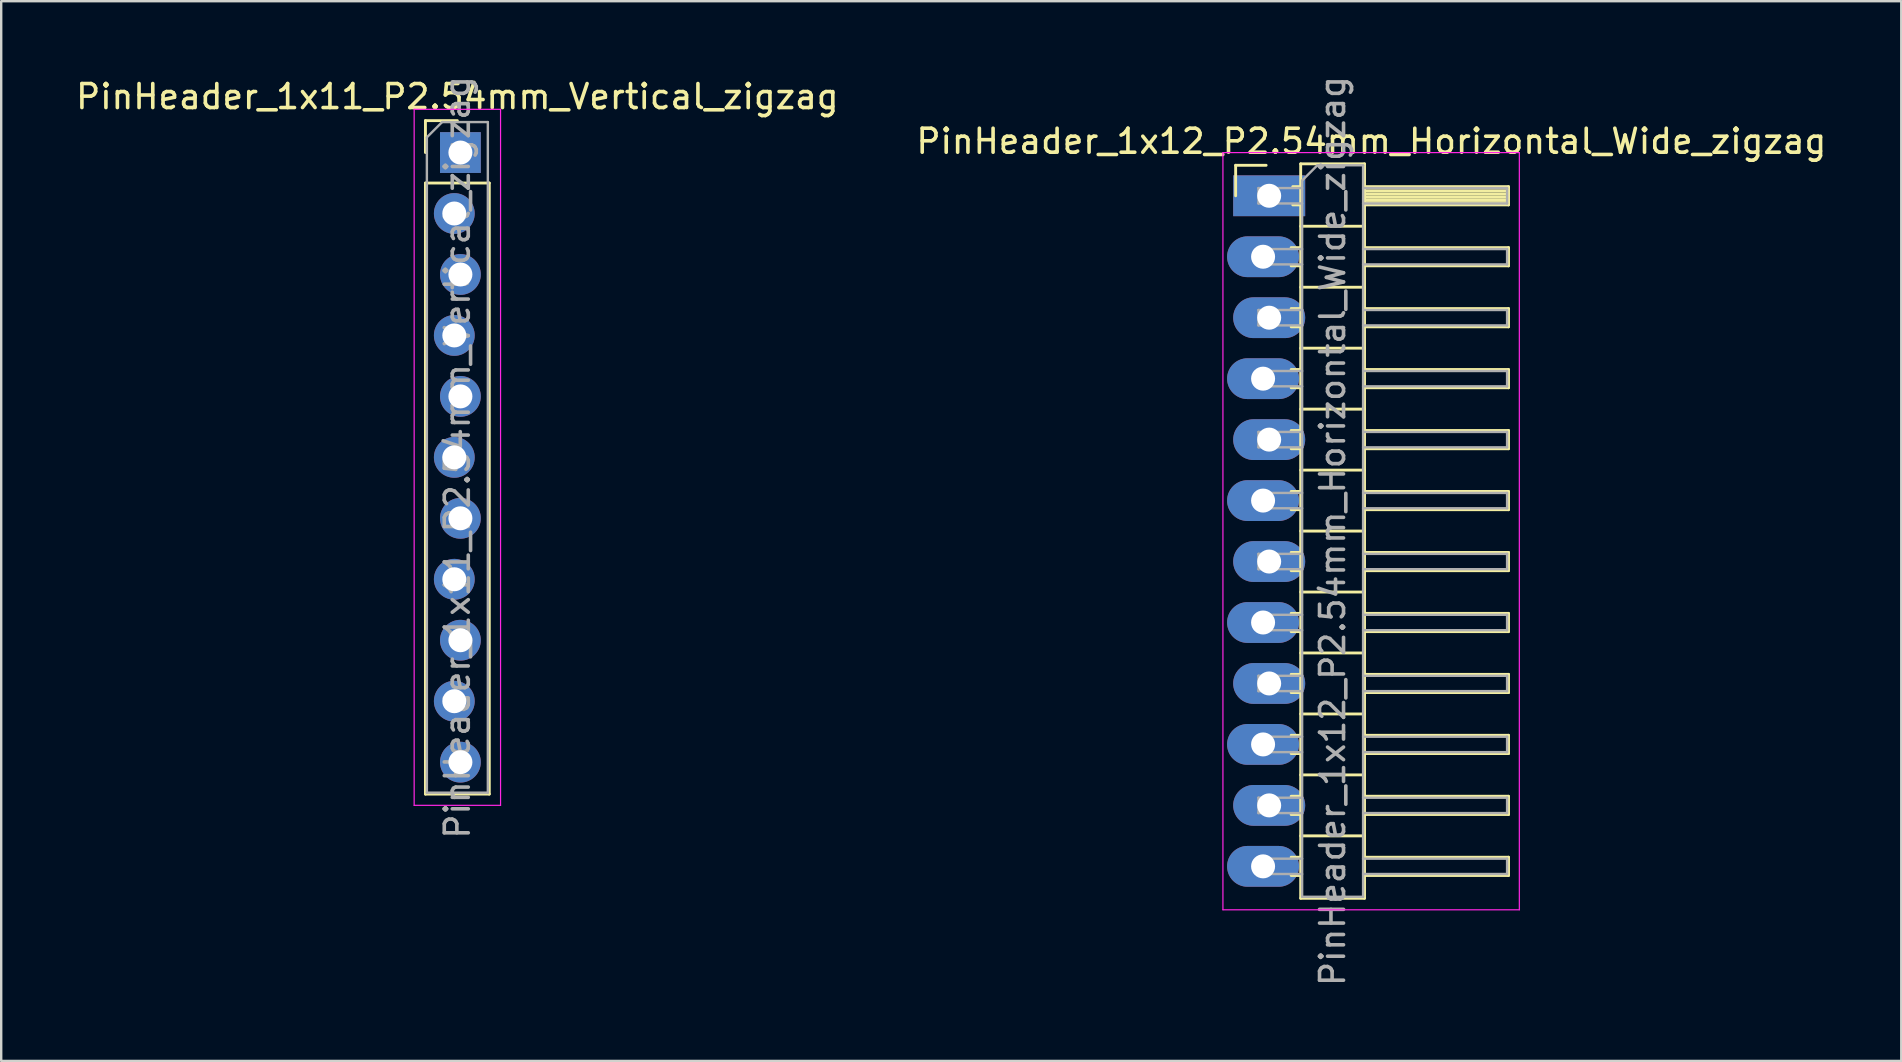
<source format=kicad_pcb>
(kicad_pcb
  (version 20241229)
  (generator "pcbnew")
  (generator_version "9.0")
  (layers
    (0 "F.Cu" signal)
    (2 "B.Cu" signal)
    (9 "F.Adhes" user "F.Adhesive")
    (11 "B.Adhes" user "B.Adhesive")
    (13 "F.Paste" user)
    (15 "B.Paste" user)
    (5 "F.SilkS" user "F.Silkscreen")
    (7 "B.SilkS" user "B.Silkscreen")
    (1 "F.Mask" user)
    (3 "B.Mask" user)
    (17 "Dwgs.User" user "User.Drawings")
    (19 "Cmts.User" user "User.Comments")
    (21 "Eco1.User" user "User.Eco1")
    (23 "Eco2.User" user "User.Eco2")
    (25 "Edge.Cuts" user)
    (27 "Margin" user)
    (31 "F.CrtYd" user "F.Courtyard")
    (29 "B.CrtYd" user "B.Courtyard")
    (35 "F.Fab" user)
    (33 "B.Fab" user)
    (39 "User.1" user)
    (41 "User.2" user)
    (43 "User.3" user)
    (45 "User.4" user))
  (footprint "PinHeader_1x12_P2.54mm_Horizontal_Wide_zigzag"
    (layer "F.Cu")
    (at 49.704 5.107)
    (property "Reference" "PinHeader_1x12_P2.54mm_Horizontal_Wide_zigzag" (at 4.385 -2.27 0) (layer "F.SilkS") (effects (font (size 1 1) (thickness 0.15))))
    (attr through_hole)
    (fp_line (start -1.27 -1.27) (end 0 -1.27) (stroke (width 0.12) (type solid)) (layer "F.SilkS"))
    (fp_line (start -1.27 0) (end -1.27 -1.27) (stroke (width 0.12) (type solid)) (layer "F.SilkS"))
    (fp_line (start 1.043 2.16) (end 1.44 2.16) (stroke (width 0.12) (type solid)) (layer "F.SilkS"))
    (fp_line (start 1.043 2.92) (end 1.44 2.92) (stroke (width 0.12) (type solid)) (layer "F.SilkS"))
    (fp_line (start 1.043 4.7) (end 1.44 4.7) (stroke (width 0.12) (type solid)) (layer "F.SilkS"))
    (fp_line (start 1.043 5.46) (end 1.44 5.46) (stroke (width 0.12) (type solid)) (layer "F.SilkS"))
    (fp_line (start 1.043 7.24) (end 1.44 7.24) (stroke (width 0.12) (type solid)) (layer "F.SilkS"))
    (fp_line (start 1.043 8) (end 1.44 8) (stroke (width 0.12) (type solid)) (layer "F.SilkS"))
    (fp_line (start 1.043 9.78) (end 1.44 9.78) (stroke (width 0.12) (type solid)) (layer "F.SilkS"))
    (fp_line (start 1.043 10.54) (end 1.44 10.54) (stroke (width 0.12) (type solid)) (layer "F.SilkS"))
    (fp_line (start 1.043 12.32) (end 1.44 12.32) (stroke (width 0.12) (type solid)) (layer "F.SilkS"))
    (fp_line (start 1.043 13.08) (end 1.44 13.08) (stroke (width 0.12) (type solid)) (layer "F.SilkS"))
    (fp_line (start 1.043 14.86) (end 1.44 14.86) (stroke (width 0.12) (type solid)) (layer "F.SilkS"))
    (fp_line (start 1.043 15.62) (end 1.44 15.62) (stroke (width 0.12) (type solid)) (layer "F.SilkS"))
    (fp_line (start 1.043 17.4) (end 1.44 17.4) (stroke (width 0.12) (type solid)) (layer "F.SilkS"))
    (fp_line (start 1.043 18.16) (end 1.44 18.16) (stroke (width 0.12) (type solid)) (layer "F.SilkS"))
    (fp_line (start 1.043 19.94) (end 1.44 19.94) (stroke (width 0.12) (type solid)) (layer "F.SilkS"))
    (fp_line (start 1.043 20.7) (end 1.44 20.7) (stroke (width 0.12) (type solid)) (layer "F.SilkS"))
    (fp_line (start 1.043 22.48) (end 1.44 22.48) (stroke (width 0.12) (type solid)) (layer "F.SilkS"))
    (fp_line (start 1.043 23.24) (end 1.44 23.24) (stroke (width 0.12) (type solid)) (layer "F.SilkS"))
    (fp_line (start 1.043 25.02) (end 1.44 25.02) (stroke (width 0.12) (type solid)) (layer "F.SilkS"))
    (fp_line (start 1.043 25.78) (end 1.44 25.78) (stroke (width 0.12) (type solid)) (layer "F.SilkS"))
    (fp_line (start 1.043 27.56) (end 1.44 27.56) (stroke (width 0.12) (type solid)) (layer "F.SilkS"))
    (fp_line (start 1.043 28.32) (end 1.44 28.32) (stroke (width 0.12) (type solid)) (layer "F.SilkS"))
    (fp_line (start 1.11 -0.38) (end 1.44 -0.38) (stroke (width 0.12) (type solid)) (layer "F.SilkS"))
    (fp_line (start 1.11 0.38) (end 1.44 0.38) (stroke (width 0.12) (type solid)) (layer "F.SilkS"))
    (fp_line (start 1.44 -1.33) (end 1.44 29.27) (stroke (width 0.12) (type solid)) (layer "F.SilkS"))
    (fp_line (start 1.44 1.27) (end 4.1 1.27) (stroke (width 0.12) (type solid)) (layer "F.SilkS"))
    (fp_line (start 1.44 3.81) (end 4.1 3.81) (stroke (width 0.12) (type solid)) (layer "F.SilkS"))
    (fp_line (start 1.44 6.35) (end 4.1 6.35) (stroke (width 0.12) (type solid)) (layer "F.SilkS"))
    (fp_line (start 1.44 8.89) (end 4.1 8.89) (stroke (width 0.12) (type solid)) (layer "F.SilkS"))
    (fp_line (start 1.44 11.43) (end 4.1 11.43) (stroke (width 0.12) (type solid)) (layer "F.SilkS"))
    (fp_line (start 1.44 13.97) (end 4.1 13.97) (stroke (width 0.12) (type solid)) (layer "F.SilkS"))
    (fp_line (start 1.44 16.51) (end 4.1 16.51) (stroke (width 0.12) (type solid)) (layer "F.SilkS"))
    (fp_line (start 1.44 19.05) (end 4.1 19.05) (stroke (width 0.12) (type solid)) (layer "F.SilkS"))
    (fp_line (start 1.44 21.59) (end 4.1 21.59) (stroke (width 0.12) (type solid)) (layer "F.SilkS"))
    (fp_line (start 1.44 24.13) (end 4.1 24.13) (stroke (width 0.12) (type solid)) (layer "F.SilkS"))
    (fp_line (start 1.44 26.67) (end 4.1 26.67) (stroke (width 0.12) (type solid)) (layer "F.SilkS"))
    (fp_line (start 1.44 29.27) (end 4.1 29.27) (stroke (width 0.12) (type solid)) (layer "F.SilkS"))
    (fp_line (start 4.1 -1.33) (end 1.44 -1.33) (stroke (width 0.12) (type solid)) (layer "F.SilkS"))
    (fp_line (start 4.1 -0.38) (end 10.1 -0.38) (stroke (width 0.12) (type solid)) (layer "F.SilkS"))
    (fp_line (start 4.1 -0.32) (end 10.1 -0.32) (stroke (width 0.12) (type solid)) (layer "F.SilkS"))
    (fp_line (start 4.1 -0.2) (end 10.1 -0.2) (stroke (width 0.12) (type solid)) (layer "F.SilkS"))
    (fp_line (start 4.1 -0.08) (end 10.1 -0.08) (stroke (width 0.12) (type solid)) (layer "F.SilkS"))
    (fp_line (start 4.1 0.04) (end 10.1 0.04) (stroke (width 0.12) (type solid)) (layer "F.SilkS"))
    (fp_line (start 4.1 0.16) (end 10.1 0.16) (stroke (width 0.12) (type solid)) (layer "F.SilkS"))
    (fp_line (start 4.1 0.28) (end 10.1 0.28) (stroke (width 0.12) (type solid)) (layer "F.SilkS"))
    (fp_line (start 4.1 2.16) (end 10.1 2.16) (stroke (width 0.12) (type solid)) (layer "F.SilkS"))
    (fp_line (start 4.1 4.7) (end 10.1 4.7) (stroke (width 0.12) (type solid)) (layer "F.SilkS"))
    (fp_line (start 4.1 7.24) (end 10.1 7.24) (stroke (width 0.12) (type solid)) (layer "F.SilkS"))
    (fp_line (start 4.1 9.78) (end 10.1 9.78) (stroke (width 0.12) (type solid)) (layer "F.SilkS"))
    (fp_line (start 4.1 12.32) (end 10.1 12.32) (stroke (width 0.12) (type solid)) (layer "F.SilkS"))
    (fp_line (start 4.1 14.86) (end 10.1 14.86) (stroke (width 0.12) (type solid)) (layer "F.SilkS"))
    (fp_line (start 4.1 17.4) (end 10.1 17.4) (stroke (width 0.12) (type solid)) (layer "F.SilkS"))
    (fp_line (start 4.1 19.94) (end 10.1 19.94) (stroke (width 0.12) (type solid)) (layer "F.SilkS"))
    (fp_line (start 4.1 22.48) (end 10.1 22.48) (stroke (width 0.12) (type solid)) (layer "F.SilkS"))
    (fp_line (start 4.1 25.02) (end 10.1 25.02) (stroke (width 0.12) (type solid)) (layer "F.SilkS"))
    (fp_line (start 4.1 27.56) (end 10.1 27.56) (stroke (width 0.12) (type solid)) (layer "F.SilkS"))
    (fp_line (start 4.1 29.27) (end 4.1 -1.33) (stroke (width 0.12) (type solid)) (layer "F.SilkS"))
    (fp_line (start 10.1 -0.38) (end 10.1 0.38) (stroke (width 0.12) (type solid)) (layer "F.SilkS"))
    (fp_line (start 10.1 0.38) (end 4.1 0.38) (stroke (width 0.12) (type solid)) (layer "F.SilkS"))
    (fp_line (start 10.1 2.16) (end 10.1 2.92) (stroke (width 0.12) (type solid)) (layer "F.SilkS"))
    (fp_line (start 10.1 2.92) (end 4.1 2.92) (stroke (width 0.12) (type solid)) (layer "F.SilkS"))
    (fp_line (start 10.1 4.7) (end 10.1 5.46) (stroke (width 0.12) (type solid)) (layer "F.SilkS"))
    (fp_line (start 10.1 5.46) (end 4.1 5.46) (stroke (width 0.12) (type solid)) (layer "F.SilkS"))
    (fp_line (start 10.1 7.24) (end 10.1 8) (stroke (width 0.12) (type solid)) (layer "F.SilkS"))
    (fp_line (start 10.1 8) (end 4.1 8) (stroke (width 0.12) (type solid)) (layer "F.SilkS"))
    (fp_line (start 10.1 9.78) (end 10.1 10.54) (stroke (width 0.12) (type solid)) (layer "F.SilkS"))
    (fp_line (start 10.1 10.54) (end 4.1 10.54) (stroke (width 0.12) (type solid)) (layer "F.SilkS"))
    (fp_line (start 10.1 12.32) (end 10.1 13.08) (stroke (width 0.12) (type solid)) (layer "F.SilkS"))
    (fp_line (start 10.1 13.08) (end 4.1 13.08) (stroke (width 0.12) (type solid)) (layer "F.SilkS"))
    (fp_line (start 10.1 14.86) (end 10.1 15.62) (stroke (width 0.12) (type solid)) (layer "F.SilkS"))
    (fp_line (start 10.1 15.62) (end 4.1 15.62) (stroke (width 0.12) (type solid)) (layer "F.SilkS"))
    (fp_line (start 10.1 17.4) (end 10.1 18.16) (stroke (width 0.12) (type solid)) (layer "F.SilkS"))
    (fp_line (start 10.1 18.16) (end 4.1 18.16) (stroke (width 0.12) (type solid)) (layer "F.SilkS"))
    (fp_line (start 10.1 19.94) (end 10.1 20.7) (stroke (width 0.12) (type solid)) (layer "F.SilkS"))
    (fp_line (start 10.1 20.7) (end 4.1 20.7) (stroke (width 0.12) (type solid)) (layer "F.SilkS"))
    (fp_line (start 10.1 22.48) (end 10.1 23.24) (stroke (width 0.12) (type solid)) (layer "F.SilkS"))
    (fp_line (start 10.1 23.24) (end 4.1 23.24) (stroke (width 0.12) (type solid)) (layer "F.SilkS"))
    (fp_line (start 10.1 25.02) (end 10.1 25.78) (stroke (width 0.12) (type solid)) (layer "F.SilkS"))
    (fp_line (start 10.1 25.78) (end 4.1 25.78) (stroke (width 0.12) (type solid)) (layer "F.SilkS"))
    (fp_line (start 10.1 27.56) (end 10.1 28.32) (stroke (width 0.12) (type solid)) (layer "F.SilkS"))
    (fp_line (start 10.1 28.32) (end 4.1 28.32) (stroke (width 0.12) (type solid)) (layer "F.SilkS"))
    (fp_line (start -1.8 -1.8) (end -1.8 29.75) (stroke (width 0.05) (type solid)) (layer "F.CrtYd"))
    (fp_line (start -1.8 29.75) (end 10.55 29.75) (stroke (width 0.05) (type solid)) (layer "F.CrtYd"))
    (fp_line (start 10.55 -1.8) (end -1.8 -1.8) (stroke (width 0.05) (type solid)) (layer "F.CrtYd"))
    (fp_line (start 10.55 29.75) (end 10.55 -1.8) (stroke (width 0.05) (type solid)) (layer "F.CrtYd"))
    (fp_line (start -0.32 -0.32) (end -0.32 0.32) (stroke (width 0.1) (type solid)) (layer "F.Fab"))
    (fp_line (start -0.32 -0.32) (end 1.5 -0.32) (stroke (width 0.1) (type solid)) (layer "F.Fab"))
    (fp_line (start -0.32 0.32) (end 1.5 0.32) (stroke (width 0.1) (type solid)) (layer "F.Fab"))
    (fp_line (start -0.32 2.22) (end -0.32 2.86) (stroke (width 0.1) (type solid)) (layer "F.Fab"))
    (fp_line (start -0.32 2.22) (end 1.5 2.22) (stroke (width 0.1) (type solid)) (layer "F.Fab"))
    (fp_line (start -0.32 2.86) (end 1.5 2.86) (stroke (width 0.1) (type solid)) (layer "F.Fab"))
    (fp_line (start -0.32 4.76) (end -0.32 5.4) (stroke (width 0.1) (type solid)) (layer "F.Fab"))
    (fp_line (start -0.32 4.76) (end 1.5 4.76) (stroke (width 0.1) (type solid)) (layer "F.Fab"))
    (fp_line (start -0.32 5.4) (end 1.5 5.4) (stroke (width 0.1) (type solid)) (layer "F.Fab"))
    (fp_line (start -0.32 7.3) (end -0.32 7.94) (stroke (width 0.1) (type solid)) (layer "F.Fab"))
    (fp_line (start -0.32 7.3) (end 1.5 7.3) (stroke (width 0.1) (type solid)) (layer "F.Fab"))
    (fp_line (start -0.32 7.94) (end 1.5 7.94) (stroke (width 0.1) (type solid)) (layer "F.Fab"))
    (fp_line (start -0.32 9.84) (end -0.32 10.48) (stroke (width 0.1) (type solid)) (layer "F.Fab"))
    (fp_line (start -0.32 9.84) (end 1.5 9.84) (stroke (width 0.1) (type solid)) (layer "F.Fab"))
    (fp_line (start -0.32 10.48) (end 1.5 10.48) (stroke (width 0.1) (type solid)) (layer "F.Fab"))
    (fp_line (start -0.32 12.38) (end -0.32 13.02) (stroke (width 0.1) (type solid)) (layer "F.Fab"))
    (fp_line (start -0.32 12.38) (end 1.5 12.38) (stroke (width 0.1) (type solid)) (layer "F.Fab"))
    (fp_line (start -0.32 13.02) (end 1.5 13.02) (stroke (width 0.1) (type solid)) (layer "F.Fab"))
    (fp_line (start -0.32 14.92) (end -0.32 15.56) (stroke (width 0.1) (type solid)) (layer "F.Fab"))
    (fp_line (start -0.32 14.92) (end 1.5 14.92) (stroke (width 0.1) (type solid)) (layer "F.Fab"))
    (fp_line (start -0.32 15.56) (end 1.5 15.56) (stroke (width 0.1) (type solid)) (layer "F.Fab"))
    (fp_line (start -0.32 17.46) (end -0.32 18.1) (stroke (width 0.1) (type solid)) (layer "F.Fab"))
    (fp_line (start -0.32 17.46) (end 1.5 17.46) (stroke (width 0.1) (type solid)) (layer "F.Fab"))
    (fp_line (start -0.32 18.1) (end 1.5 18.1) (stroke (width 0.1) (type solid)) (layer "F.Fab"))
    (fp_line (start -0.32 20) (end -0.32 20.64) (stroke (width 0.1) (type solid)) (layer "F.Fab"))
    (fp_line (start -0.32 20) (end 1.5 20) (stroke (width 0.1) (type solid)) (layer "F.Fab"))
    (fp_line (start -0.32 20.64) (end 1.5 20.64) (stroke (width 0.1) (type solid)) (layer "F.Fab"))
    (fp_line (start -0.32 22.54) (end -0.32 23.18) (stroke (width 0.1) (type solid)) (layer "F.Fab"))
    (fp_line (start -0.32 22.54) (end 1.5 22.54) (stroke (width 0.1) (type solid)) (layer "F.Fab"))
    (fp_line (start -0.32 23.18) (end 1.5 23.18) (stroke (width 0.1) (type solid)) (layer "F.Fab"))
    (fp_line (start -0.32 25.08) (end -0.32 25.72) (stroke (width 0.1) (type solid)) (layer "F.Fab"))
    (fp_line (start -0.32 25.08) (end 1.5 25.08) (stroke (width 0.1) (type solid)) (layer "F.Fab"))
    (fp_line (start -0.32 25.72) (end 1.5 25.72) (stroke (width 0.1) (type solid)) (layer "F.Fab"))
    (fp_line (start -0.32 27.62) (end -0.32 28.26) (stroke (width 0.1) (type solid)) (layer "F.Fab"))
    (fp_line (start -0.32 27.62) (end 1.5 27.62) (stroke (width 0.1) (type solid)) (layer "F.Fab"))
    (fp_line (start -0.32 28.26) (end 1.5 28.26) (stroke (width 0.1) (type solid)) (layer "F.Fab"))
    (fp_line (start 1.5 -0.635) (end 2.135 -1.27) (stroke (width 0.1) (type solid)) (layer "F.Fab"))
    (fp_line (start 1.5 29.21) (end 1.5 -0.635) (stroke (width 0.1) (type solid)) (layer "F.Fab"))
    (fp_line (start 2.135 -1.27) (end 4.04 -1.27) (stroke (width 0.1) (type solid)) (layer "F.Fab"))
    (fp_line (start 4.04 -1.27) (end 4.04 29.21) (stroke (width 0.1) (type solid)) (layer "F.Fab"))
    (fp_line (start 4.04 -0.32) (end 10.04 -0.32) (stroke (width 0.1) (type solid)) (layer "F.Fab"))
    (fp_line (start 4.04 0.32) (end 10.04 0.32) (stroke (width 0.1) (type solid)) (layer "F.Fab"))
    (fp_line (start 4.04 2.22) (end 10.04 2.22) (stroke (width 0.1) (type solid)) (layer "F.Fab"))
    (fp_line (start 4.04 2.86) (end 10.04 2.86) (stroke (width 0.1) (type solid)) (layer "F.Fab"))
    (fp_line (start 4.04 4.76) (end 10.04 4.76) (stroke (width 0.1) (type solid)) (layer "F.Fab"))
    (fp_line (start 4.04 5.4) (end 10.04 5.4) (stroke (width 0.1) (type solid)) (layer "F.Fab"))
    (fp_line (start 4.04 7.3) (end 10.04 7.3) (stroke (width 0.1) (type solid)) (layer "F.Fab"))
    (fp_line (start 4.04 7.94) (end 10.04 7.94) (stroke (width 0.1) (type solid)) (layer "F.Fab"))
    (fp_line (start 4.04 9.84) (end 10.04 9.84) (stroke (width 0.1) (type solid)) (layer "F.Fab"))
    (fp_line (start 4.04 10.48) (end 10.04 10.48) (stroke (width 0.1) (type solid)) (layer "F.Fab"))
    (fp_line (start 4.04 12.38) (end 10.04 12.38) (stroke (width 0.1) (type solid)) (layer "F.Fab"))
    (fp_line (start 4.04 13.02) (end 10.04 13.02) (stroke (width 0.1) (type solid)) (layer "F.Fab"))
    (fp_line (start 4.04 14.92) (end 10.04 14.92) (stroke (width 0.1) (type solid)) (layer "F.Fab"))
    (fp_line (start 4.04 15.56) (end 10.04 15.56) (stroke (width 0.1) (type solid)) (layer "F.Fab"))
    (fp_line (start 4.04 17.46) (end 10.04 17.46) (stroke (width 0.1) (type solid)) (layer "F.Fab"))
    (fp_line (start 4.04 18.1) (end 10.04 18.1) (stroke (width 0.1) (type solid)) (layer "F.Fab"))
    (fp_line (start 4.04 20) (end 10.04 20) (stroke (width 0.1) (type solid)) (layer "F.Fab"))
    (fp_line (start 4.04 20.64) (end 10.04 20.64) (stroke (width 0.1) (type solid)) (layer "F.Fab"))
    (fp_line (start 4.04 22.54) (end 10.04 22.54) (stroke (width 0.1) (type solid)) (layer "F.Fab"))
    (fp_line (start 4.04 23.18) (end 10.04 23.18) (stroke (width 0.1) (type solid)) (layer "F.Fab"))
    (fp_line (start 4.04 25.08) (end 10.04 25.08) (stroke (width 0.1) (type solid)) (layer "F.Fab"))
    (fp_line (start 4.04 25.72) (end 10.04 25.72) (stroke (width 0.1) (type solid)) (layer "F.Fab"))
    (fp_line (start 4.04 27.62) (end 10.04 27.62) (stroke (width 0.1) (type solid)) (layer "F.Fab"))
    (fp_line (start 4.04 28.26) (end 10.04 28.26) (stroke (width 0.1) (type solid)) (layer "F.Fab"))
    (fp_line (start 4.04 29.21) (end 1.5 29.21) (stroke (width 0.1) (type solid)) (layer "F.Fab"))
    (fp_line (start 10.04 -0.32) (end 10.04 0.32) (stroke (width 0.1) (type solid)) (layer "F.Fab"))
    (fp_line (start 10.04 2.22) (end 10.04 2.86) (stroke (width 0.1) (type solid)) (layer "F.Fab"))
    (fp_line (start 10.04 4.76) (end 10.04 5.4) (stroke (width 0.1) (type solid)) (layer "F.Fab"))
    (fp_line (start 10.04 7.3) (end 10.04 7.94) (stroke (width 0.1) (type solid)) (layer "F.Fab"))
    (fp_line (start 10.04 9.84) (end 10.04 10.48) (stroke (width 0.1) (type solid)) (layer "F.Fab"))
    (fp_line (start 10.04 12.38) (end 10.04 13.02) (stroke (width 0.1) (type solid)) (layer "F.Fab"))
    (fp_line (start 10.04 14.92) (end 10.04 15.56) (stroke (width 0.1) (type solid)) (layer "F.Fab"))
    (fp_line (start 10.04 17.46) (end 10.04 18.1) (stroke (width 0.1) (type solid)) (layer "F.Fab"))
    (fp_line (start 10.04 20) (end 10.04 20.64) (stroke (width 0.1) (type solid)) (layer "F.Fab"))
    (fp_line (start 10.04 22.54) (end 10.04 23.18) (stroke (width 0.1) (type solid)) (layer "F.Fab"))
    (fp_line (start 10.04 25.08) (end 10.04 25.72) (stroke (width 0.1) (type solid)) (layer "F.Fab"))
    (fp_line (start 10.04 27.62) (end 10.04 28.26) (stroke (width 0.1) (type solid)) (layer "F.Fab"))
    (fp_text user "${REFERENCE}" (at 2.77 13.97 90) (layer "F.Fab") (effects (font (size 1 1) (thickness 0.15))))
    (pad "1" thru_hole rect (at 0.127 0) (size 3 1.7) (drill 1) (layers "*.Cu" "*.Mask"))
    (pad "2" thru_hole oval (at -0.127 2.54) (size 3 1.7) (drill 1) (layers "*.Cu" "*.Mask"))
    (pad "3" thru_hole oval (at 0.127 5.08) (size 3 1.7) (drill 1) (layers "*.Cu" "*.Mask"))
    (pad "4" thru_hole oval (at -0.127 7.62) (size 3 1.7) (drill 1) (layers "*.Cu" "*.Mask"))
    (pad "5" thru_hole oval (at 0.127 10.16) (size 3 1.7) (drill 1) (layers "*.Cu" "*.Mask"))
    (pad "6" thru_hole oval (at -0.127 12.7) (size 3 1.7) (drill 1) (layers "*.Cu" "*.Mask"))
    (pad "7" thru_hole oval (at 0.127 15.24) (size 3 1.7) (drill 1) (layers "*.Cu" "*.Mask"))
    (pad "8" thru_hole oval (at -0.127 17.78) (size 3 1.7) (drill 1) (layers "*.Cu" "*.Mask"))
    (pad "9" thru_hole oval (at 0.127 20.32) (size 3 1.7) (drill 1) (layers "*.Cu" "*.Mask"))
    (pad "10" thru_hole oval (at -0.127 22.86) (size 3 1.7) (drill 1) (layers "*.Cu" "*.Mask"))
    (pad "11" thru_hole oval (at 0.127 25.4) (size 3 1.7) (drill 1) (layers "*.Cu" "*.Mask"))
    (pad "12" thru_hole oval (at -0.127 27.94) (size 3 1.7) (drill 1) (layers "*.Cu" "*.Mask")))
  (footprint "PinHeader_1x11_P2.54mm_Vertical_zigzag"
    (layer "F.Cu")
    (at 16.006 3.306)
    (property "Reference" "PinHeader_1x11_P2.54mm_Vertical_zigzag" (at 0 -2.33 0) (layer "F.SilkS") (effects (font (size 1 1) (thickness 0.15))))
    (attr through_hole)
    (fp_line (start -1.33 -1.33) (end 0 -1.33) (stroke (width 0.12) (type solid)) (layer "F.SilkS"))
    (fp_line (start -1.33 0) (end -1.33 -1.33) (stroke (width 0.12) (type solid)) (layer "F.SilkS"))
    (fp_line (start -1.33 1.27) (end -1.33 26.73) (stroke (width 0.12) (type solid)) (layer "F.SilkS"))
    (fp_line (start -1.33 1.27) (end 1.33 1.27) (stroke (width 0.12) (type solid)) (layer "F.SilkS"))
    (fp_line (start -1.33 26.73) (end 1.33 26.73) (stroke (width 0.12) (type solid)) (layer "F.SilkS"))
    (fp_line (start 1.33 1.27) (end 1.33 26.73) (stroke (width 0.12) (type solid)) (layer "F.SilkS"))
    (fp_line (start -1.8 -1.8) (end -1.8 27.2) (stroke (width 0.05) (type solid)) (layer "F.CrtYd"))
    (fp_line (start -1.8 27.2) (end 1.8 27.2) (stroke (width 0.05) (type solid)) (layer "F.CrtYd"))
    (fp_line (start 1.8 -1.8) (end -1.8 -1.8) (stroke (width 0.05) (type solid)) (layer "F.CrtYd"))
    (fp_line (start 1.8 27.2) (end 1.8 -1.8) (stroke (width 0.05) (type solid)) (layer "F.CrtYd"))
    (fp_line (start -1.27 -0.635) (end -0.635 -1.27) (stroke (width 0.1) (type solid)) (layer "F.Fab"))
    (fp_line (start -1.27 26.67) (end -1.27 -0.635) (stroke (width 0.1) (type solid)) (layer "F.Fab"))
    (fp_line (start -0.635 -1.27) (end 1.27 -1.27) (stroke (width 0.1) (type solid)) (layer "F.Fab"))
    (fp_line (start 1.27 -1.27) (end 1.27 26.67) (stroke (width 0.1) (type solid)) (layer "F.Fab"))
    (fp_line (start 1.27 26.67) (end -1.27 26.67) (stroke (width 0.1) (type solid)) (layer "F.Fab"))
    (fp_text user "${REFERENCE}" (at 0 12.7 90) (layer "F.Fab") (effects (font (size 1 1) (thickness 0.15))))
    (pad "1" thru_hole rect (at 0.127 0) (size 1.7 1.7) (drill 1) (layers "*.Cu" "*.Mask"))
    (pad "2" thru_hole oval (at -0.127 2.54) (size 1.7 1.7) (drill 1) (layers "*.Cu" "*.Mask"))
    (pad "3" thru_hole oval (at 0.127 5.08) (size 1.7 1.7) (drill 1) (layers "*.Cu" "*.Mask"))
    (pad "4" thru_hole oval (at -0.127 7.62) (size 1.7 1.7) (drill 1) (layers "*.Cu" "*.Mask"))
    (pad "5" thru_hole oval (at 0.127 10.16) (size 1.7 1.7) (drill 1) (layers "*.Cu" "*.Mask"))
    (pad "6" thru_hole oval (at -0.127 12.7) (size 1.7 1.7) (drill 1) (layers "*.Cu" "*.Mask"))
    (pad "7" thru_hole oval (at 0.127 15.24) (size 1.7 1.7) (drill 1) (layers "*.Cu" "*.Mask"))
    (pad "8" thru_hole oval (at -0.127 17.78) (size 1.7 1.7) (drill 1) (layers "*.Cu" "*.Mask"))
    (pad "9" thru_hole oval (at 0.127 20.32) (size 1.7 1.7) (drill 1) (layers "*.Cu" "*.Mask"))
    (pad "10" thru_hole oval (at -0.127 22.86) (size 1.7 1.7) (drill 1) (layers "*.Cu" "*.Mask"))
    (pad "11" thru_hole oval (at 0.127 25.4) (size 1.7 1.7) (drill 1) (layers "*.Cu" "*.Mask")))
  (gr_rect
    (start -3 -3)
    (end 76.167 41.155)
    (stroke (width 0.1) (type default))
    (fill no)
    (layer "Edge.Cuts")))
</source>
